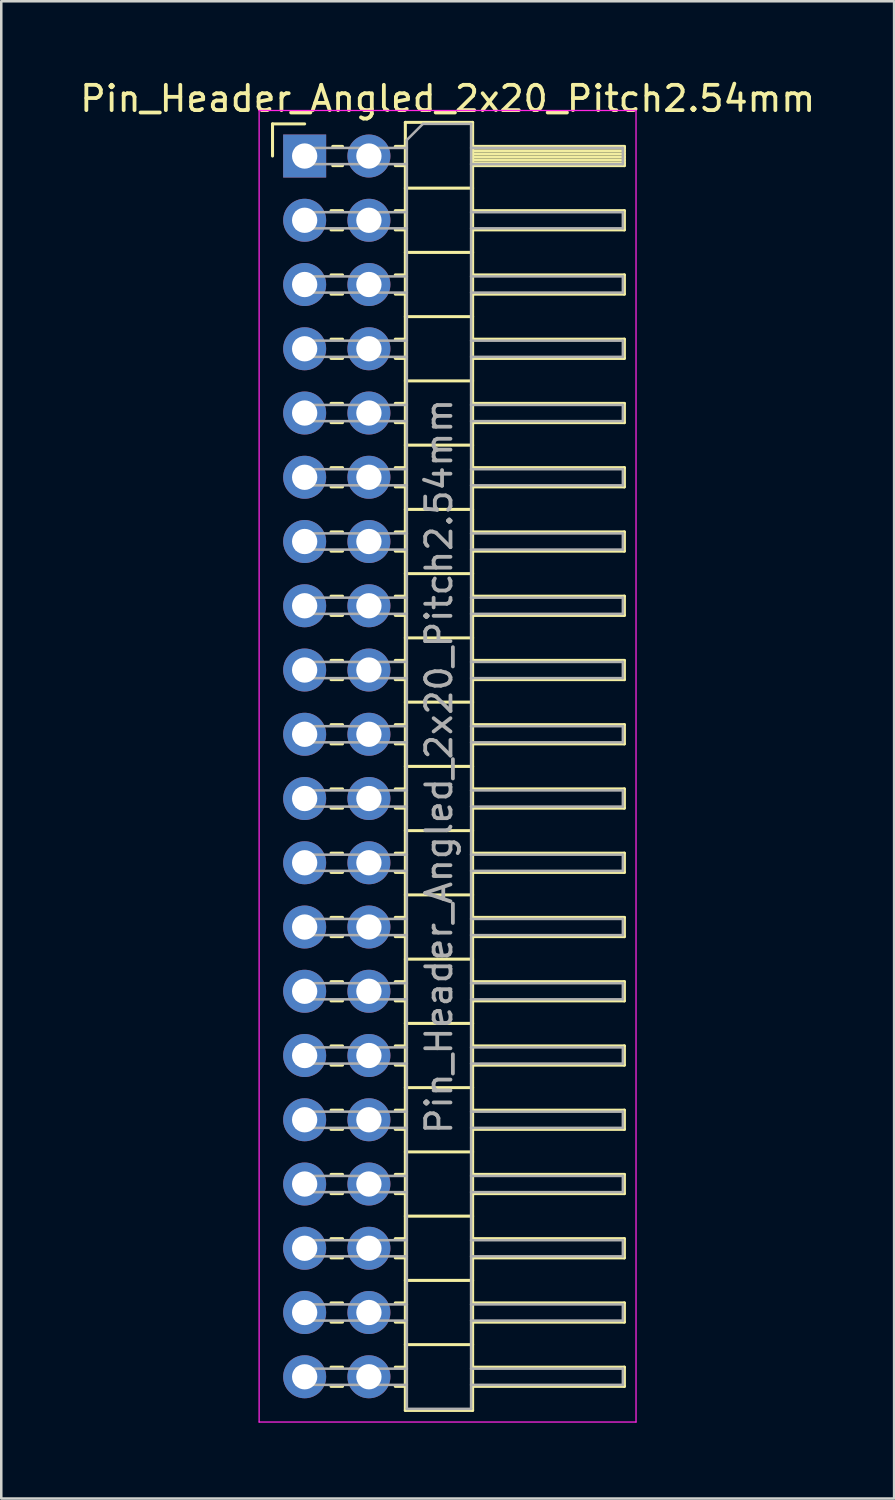
<source format=kicad_pcb>
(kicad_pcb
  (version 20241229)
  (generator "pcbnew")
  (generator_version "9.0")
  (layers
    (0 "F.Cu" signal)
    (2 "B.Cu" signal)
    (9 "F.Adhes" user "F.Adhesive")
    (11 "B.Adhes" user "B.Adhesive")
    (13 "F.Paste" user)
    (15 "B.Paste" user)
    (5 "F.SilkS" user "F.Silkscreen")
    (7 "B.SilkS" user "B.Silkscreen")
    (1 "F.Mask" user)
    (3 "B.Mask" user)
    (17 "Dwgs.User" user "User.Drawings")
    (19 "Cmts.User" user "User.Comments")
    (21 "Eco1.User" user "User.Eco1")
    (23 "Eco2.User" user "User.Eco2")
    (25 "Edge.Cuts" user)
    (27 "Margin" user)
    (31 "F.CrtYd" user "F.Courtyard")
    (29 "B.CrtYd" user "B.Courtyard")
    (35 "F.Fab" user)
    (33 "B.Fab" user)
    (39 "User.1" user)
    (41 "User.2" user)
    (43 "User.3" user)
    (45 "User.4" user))
  (footprint "Pin_Header_Angled_2x20_Pitch2.54mm"
    (layer "F.Cu")
    (at 8.994 3.118)
    (property "Reference" "Pin_Header_Angled_2x20_Pitch2.54mm" (at 5.655 -2.27 0) (layer "F.SilkS") (effects (font (size 1 1) (thickness 0.15))))
    (attr through_hole)
    (fp_line (start -1.27 -1.27) (end 0 -1.27) (stroke (width 0.12) (type solid)) (layer "F.SilkS"))
    (fp_line (start -1.27 0) (end -1.27 -1.27) (stroke (width 0.12) (type solid)) (layer "F.SilkS"))
    (fp_line (start 1.043 2.16) (end 1.497 2.16) (stroke (width 0.12) (type solid)) (layer "F.SilkS"))
    (fp_line (start 1.043 2.92) (end 1.497 2.92) (stroke (width 0.12) (type solid)) (layer "F.SilkS"))
    (fp_line (start 1.043 4.7) (end 1.497 4.7) (stroke (width 0.12) (type solid)) (layer "F.SilkS"))
    (fp_line (start 1.043 5.46) (end 1.497 5.46) (stroke (width 0.12) (type solid)) (layer "F.SilkS"))
    (fp_line (start 1.043 7.24) (end 1.497 7.24) (stroke (width 0.12) (type solid)) (layer "F.SilkS"))
    (fp_line (start 1.043 8) (end 1.497 8) (stroke (width 0.12) (type solid)) (layer "F.SilkS"))
    (fp_line (start 1.043 9.78) (end 1.497 9.78) (stroke (width 0.12) (type solid)) (layer "F.SilkS"))
    (fp_line (start 1.043 10.54) (end 1.497 10.54) (stroke (width 0.12) (type solid)) (layer "F.SilkS"))
    (fp_line (start 1.043 12.32) (end 1.497 12.32) (stroke (width 0.12) (type solid)) (layer "F.SilkS"))
    (fp_line (start 1.043 13.08) (end 1.497 13.08) (stroke (width 0.12) (type solid)) (layer "F.SilkS"))
    (fp_line (start 1.043 14.86) (end 1.497 14.86) (stroke (width 0.12) (type solid)) (layer "F.SilkS"))
    (fp_line (start 1.043 15.62) (end 1.497 15.62) (stroke (width 0.12) (type solid)) (layer "F.SilkS"))
    (fp_line (start 1.043 17.4) (end 1.497 17.4) (stroke (width 0.12) (type solid)) (layer "F.SilkS"))
    (fp_line (start 1.043 18.16) (end 1.497 18.16) (stroke (width 0.12) (type solid)) (layer "F.SilkS"))
    (fp_line (start 1.043 19.94) (end 1.497 19.94) (stroke (width 0.12) (type solid)) (layer "F.SilkS"))
    (fp_line (start 1.043 20.7) (end 1.497 20.7) (stroke (width 0.12) (type solid)) (layer "F.SilkS"))
    (fp_line (start 1.043 22.48) (end 1.497 22.48) (stroke (width 0.12) (type solid)) (layer "F.SilkS"))
    (fp_line (start 1.043 23.24) (end 1.497 23.24) (stroke (width 0.12) (type solid)) (layer "F.SilkS"))
    (fp_line (start 1.043 25.02) (end 1.497 25.02) (stroke (width 0.12) (type solid)) (layer "F.SilkS"))
    (fp_line (start 1.043 25.78) (end 1.497 25.78) (stroke (width 0.12) (type solid)) (layer "F.SilkS"))
    (fp_line (start 1.043 27.56) (end 1.497 27.56) (stroke (width 0.12) (type solid)) (layer "F.SilkS"))
    (fp_line (start 1.043 28.32) (end 1.497 28.32) (stroke (width 0.12) (type solid)) (layer "F.SilkS"))
    (fp_line (start 1.043 30.1) (end 1.497 30.1) (stroke (width 0.12) (type solid)) (layer "F.SilkS"))
    (fp_line (start 1.043 30.86) (end 1.497 30.86) (stroke (width 0.12) (type solid)) (layer "F.SilkS"))
    (fp_line (start 1.043 32.64) (end 1.497 32.64) (stroke (width 0.12) (type solid)) (layer "F.SilkS"))
    (fp_line (start 1.043 33.4) (end 1.497 33.4) (stroke (width 0.12) (type solid)) (layer "F.SilkS"))
    (fp_line (start 1.043 35.18) (end 1.497 35.18) (stroke (width 0.12) (type solid)) (layer "F.SilkS"))
    (fp_line (start 1.043 35.94) (end 1.497 35.94) (stroke (width 0.12) (type solid)) (layer "F.SilkS"))
    (fp_line (start 1.043 37.72) (end 1.497 37.72) (stroke (width 0.12) (type solid)) (layer "F.SilkS"))
    (fp_line (start 1.043 38.48) (end 1.497 38.48) (stroke (width 0.12) (type solid)) (layer "F.SilkS"))
    (fp_line (start 1.043 40.26) (end 1.497 40.26) (stroke (width 0.12) (type solid)) (layer "F.SilkS"))
    (fp_line (start 1.043 41.02) (end 1.497 41.02) (stroke (width 0.12) (type solid)) (layer "F.SilkS"))
    (fp_line (start 1.043 42.8) (end 1.497 42.8) (stroke (width 0.12) (type solid)) (layer "F.SilkS"))
    (fp_line (start 1.043 43.56) (end 1.497 43.56) (stroke (width 0.12) (type solid)) (layer "F.SilkS"))
    (fp_line (start 1.043 45.34) (end 1.497 45.34) (stroke (width 0.12) (type solid)) (layer "F.SilkS"))
    (fp_line (start 1.043 46.1) (end 1.497 46.1) (stroke (width 0.12) (type solid)) (layer "F.SilkS"))
    (fp_line (start 1.043 47.88) (end 1.497 47.88) (stroke (width 0.12) (type solid)) (layer "F.SilkS"))
    (fp_line (start 1.043 48.64) (end 1.497 48.64) (stroke (width 0.12) (type solid)) (layer "F.SilkS"))
    (fp_line (start 1.11 -0.38) (end 1.497 -0.38) (stroke (width 0.12) (type solid)) (layer "F.SilkS"))
    (fp_line (start 1.11 0.38) (end 1.497 0.38) (stroke (width 0.12) (type solid)) (layer "F.SilkS"))
    (fp_line (start 3.583 -0.38) (end 3.98 -0.38) (stroke (width 0.12) (type solid)) (layer "F.SilkS"))
    (fp_line (start 3.583 0.38) (end 3.98 0.38) (stroke (width 0.12) (type solid)) (layer "F.SilkS"))
    (fp_line (start 3.583 2.16) (end 3.98 2.16) (stroke (width 0.12) (type solid)) (layer "F.SilkS"))
    (fp_line (start 3.583 2.92) (end 3.98 2.92) (stroke (width 0.12) (type solid)) (layer "F.SilkS"))
    (fp_line (start 3.583 4.7) (end 3.98 4.7) (stroke (width 0.12) (type solid)) (layer "F.SilkS"))
    (fp_line (start 3.583 5.46) (end 3.98 5.46) (stroke (width 0.12) (type solid)) (layer "F.SilkS"))
    (fp_line (start 3.583 7.24) (end 3.98 7.24) (stroke (width 0.12) (type solid)) (layer "F.SilkS"))
    (fp_line (start 3.583 8) (end 3.98 8) (stroke (width 0.12) (type solid)) (layer "F.SilkS"))
    (fp_line (start 3.583 9.78) (end 3.98 9.78) (stroke (width 0.12) (type solid)) (layer "F.SilkS"))
    (fp_line (start 3.583 10.54) (end 3.98 10.54) (stroke (width 0.12) (type solid)) (layer "F.SilkS"))
    (fp_line (start 3.583 12.32) (end 3.98 12.32) (stroke (width 0.12) (type solid)) (layer "F.SilkS"))
    (fp_line (start 3.583 13.08) (end 3.98 13.08) (stroke (width 0.12) (type solid)) (layer "F.SilkS"))
    (fp_line (start 3.583 14.86) (end 3.98 14.86) (stroke (width 0.12) (type solid)) (layer "F.SilkS"))
    (fp_line (start 3.583 15.62) (end 3.98 15.62) (stroke (width 0.12) (type solid)) (layer "F.SilkS"))
    (fp_line (start 3.583 17.4) (end 3.98 17.4) (stroke (width 0.12) (type solid)) (layer "F.SilkS"))
    (fp_line (start 3.583 18.16) (end 3.98 18.16) (stroke (width 0.12) (type solid)) (layer "F.SilkS"))
    (fp_line (start 3.583 19.94) (end 3.98 19.94) (stroke (width 0.12) (type solid)) (layer "F.SilkS"))
    (fp_line (start 3.583 20.7) (end 3.98 20.7) (stroke (width 0.12) (type solid)) (layer "F.SilkS"))
    (fp_line (start 3.583 22.48) (end 3.98 22.48) (stroke (width 0.12) (type solid)) (layer "F.SilkS"))
    (fp_line (start 3.583 23.24) (end 3.98 23.24) (stroke (width 0.12) (type solid)) (layer "F.SilkS"))
    (fp_line (start 3.583 25.02) (end 3.98 25.02) (stroke (width 0.12) (type solid)) (layer "F.SilkS"))
    (fp_line (start 3.583 25.78) (end 3.98 25.78) (stroke (width 0.12) (type solid)) (layer "F.SilkS"))
    (fp_line (start 3.583 27.56) (end 3.98 27.56) (stroke (width 0.12) (type solid)) (layer "F.SilkS"))
    (fp_line (start 3.583 28.32) (end 3.98 28.32) (stroke (width 0.12) (type solid)) (layer "F.SilkS"))
    (fp_line (start 3.583 30.1) (end 3.98 30.1) (stroke (width 0.12) (type solid)) (layer "F.SilkS"))
    (fp_line (start 3.583 30.86) (end 3.98 30.86) (stroke (width 0.12) (type solid)) (layer "F.SilkS"))
    (fp_line (start 3.583 32.64) (end 3.98 32.64) (stroke (width 0.12) (type solid)) (layer "F.SilkS"))
    (fp_line (start 3.583 33.4) (end 3.98 33.4) (stroke (width 0.12) (type solid)) (layer "F.SilkS"))
    (fp_line (start 3.583 35.18) (end 3.98 35.18) (stroke (width 0.12) (type solid)) (layer "F.SilkS"))
    (fp_line (start 3.583 35.94) (end 3.98 35.94) (stroke (width 0.12) (type solid)) (layer "F.SilkS"))
    (fp_line (start 3.583 37.72) (end 3.98 37.72) (stroke (width 0.12) (type solid)) (layer "F.SilkS"))
    (fp_line (start 3.583 38.48) (end 3.98 38.48) (stroke (width 0.12) (type solid)) (layer "F.SilkS"))
    (fp_line (start 3.583 40.26) (end 3.98 40.26) (stroke (width 0.12) (type solid)) (layer "F.SilkS"))
    (fp_line (start 3.583 41.02) (end 3.98 41.02) (stroke (width 0.12) (type solid)) (layer "F.SilkS"))
    (fp_line (start 3.583 42.8) (end 3.98 42.8) (stroke (width 0.12) (type solid)) (layer "F.SilkS"))
    (fp_line (start 3.583 43.56) (end 3.98 43.56) (stroke (width 0.12) (type solid)) (layer "F.SilkS"))
    (fp_line (start 3.583 45.34) (end 3.98 45.34) (stroke (width 0.12) (type solid)) (layer "F.SilkS"))
    (fp_line (start 3.583 46.1) (end 3.98 46.1) (stroke (width 0.12) (type solid)) (layer "F.SilkS"))
    (fp_line (start 3.583 47.88) (end 3.98 47.88) (stroke (width 0.12) (type solid)) (layer "F.SilkS"))
    (fp_line (start 3.583 48.64) (end 3.98 48.64) (stroke (width 0.12) (type solid)) (layer "F.SilkS"))
    (fp_line (start 3.98 -1.33) (end 3.98 49.59) (stroke (width 0.12) (type solid)) (layer "F.SilkS"))
    (fp_line (start 3.98 1.27) (end 6.64 1.27) (stroke (width 0.12) (type solid)) (layer "F.SilkS"))
    (fp_line (start 3.98 3.81) (end 6.64 3.81) (stroke (width 0.12) (type solid)) (layer "F.SilkS"))
    (fp_line (start 3.98 6.35) (end 6.64 6.35) (stroke (width 0.12) (type solid)) (layer "F.SilkS"))
    (fp_line (start 3.98 8.89) (end 6.64 8.89) (stroke (width 0.12) (type solid)) (layer "F.SilkS"))
    (fp_line (start 3.98 11.43) (end 6.64 11.43) (stroke (width 0.12) (type solid)) (layer "F.SilkS"))
    (fp_line (start 3.98 13.97) (end 6.64 13.97) (stroke (width 0.12) (type solid)) (layer "F.SilkS"))
    (fp_line (start 3.98 16.51) (end 6.64 16.51) (stroke (width 0.12) (type solid)) (layer "F.SilkS"))
    (fp_line (start 3.98 19.05) (end 6.64 19.05) (stroke (width 0.12) (type solid)) (layer "F.SilkS"))
    (fp_line (start 3.98 21.59) (end 6.64 21.59) (stroke (width 0.12) (type solid)) (layer "F.SilkS"))
    (fp_line (start 3.98 24.13) (end 6.64 24.13) (stroke (width 0.12) (type solid)) (layer "F.SilkS"))
    (fp_line (start 3.98 26.67) (end 6.64 26.67) (stroke (width 0.12) (type solid)) (layer "F.SilkS"))
    (fp_line (start 3.98 29.21) (end 6.64 29.21) (stroke (width 0.12) (type solid)) (layer "F.SilkS"))
    (fp_line (start 3.98 31.75) (end 6.64 31.75) (stroke (width 0.12) (type solid)) (layer "F.SilkS"))
    (fp_line (start 3.98 34.29) (end 6.64 34.29) (stroke (width 0.12) (type solid)) (layer "F.SilkS"))
    (fp_line (start 3.98 36.83) (end 6.64 36.83) (stroke (width 0.12) (type solid)) (layer "F.SilkS"))
    (fp_line (start 3.98 39.37) (end 6.64 39.37) (stroke (width 0.12) (type solid)) (layer "F.SilkS"))
    (fp_line (start 3.98 41.91) (end 6.64 41.91) (stroke (width 0.12) (type solid)) (layer "F.SilkS"))
    (fp_line (start 3.98 44.45) (end 6.64 44.45) (stroke (width 0.12) (type solid)) (layer "F.SilkS"))
    (fp_line (start 3.98 46.99) (end 6.64 46.99) (stroke (width 0.12) (type solid)) (layer "F.SilkS"))
    (fp_line (start 3.98 49.59) (end 6.64 49.59) (stroke (width 0.12) (type solid)) (layer "F.SilkS"))
    (fp_line (start 6.64 -1.33) (end 3.98 -1.33) (stroke (width 0.12) (type solid)) (layer "F.SilkS"))
    (fp_line (start 6.64 -0.38) (end 12.64 -0.38) (stroke (width 0.12) (type solid)) (layer "F.SilkS"))
    (fp_line (start 6.64 -0.32) (end 12.64 -0.32) (stroke (width 0.12) (type solid)) (layer "F.SilkS"))
    (fp_line (start 6.64 -0.2) (end 12.64 -0.2) (stroke (width 0.12) (type solid)) (layer "F.SilkS"))
    (fp_line (start 6.64 -0.08) (end 12.64 -0.08) (stroke (width 0.12) (type solid)) (layer "F.SilkS"))
    (fp_line (start 6.64 0.04) (end 12.64 0.04) (stroke (width 0.12) (type solid)) (layer "F.SilkS"))
    (fp_line (start 6.64 0.16) (end 12.64 0.16) (stroke (width 0.12) (type solid)) (layer "F.SilkS"))
    (fp_line (start 6.64 0.28) (end 12.64 0.28) (stroke (width 0.12) (type solid)) (layer "F.SilkS"))
    (fp_line (start 6.64 2.16) (end 12.64 2.16) (stroke (width 0.12) (type solid)) (layer "F.SilkS"))
    (fp_line (start 6.64 4.7) (end 12.64 4.7) (stroke (width 0.12) (type solid)) (layer "F.SilkS"))
    (fp_line (start 6.64 7.24) (end 12.64 7.24) (stroke (width 0.12) (type solid)) (layer "F.SilkS"))
    (fp_line (start 6.64 9.78) (end 12.64 9.78) (stroke (width 0.12) (type solid)) (layer "F.SilkS"))
    (fp_line (start 6.64 12.32) (end 12.64 12.32) (stroke (width 0.12) (type solid)) (layer "F.SilkS"))
    (fp_line (start 6.64 14.86) (end 12.64 14.86) (stroke (width 0.12) (type solid)) (layer "F.SilkS"))
    (fp_line (start 6.64 17.4) (end 12.64 17.4) (stroke (width 0.12) (type solid)) (layer "F.SilkS"))
    (fp_line (start 6.64 19.94) (end 12.64 19.94) (stroke (width 0.12) (type solid)) (layer "F.SilkS"))
    (fp_line (start 6.64 22.48) (end 12.64 22.48) (stroke (width 0.12) (type solid)) (layer "F.SilkS"))
    (fp_line (start 6.64 25.02) (end 12.64 25.02) (stroke (width 0.12) (type solid)) (layer "F.SilkS"))
    (fp_line (start 6.64 27.56) (end 12.64 27.56) (stroke (width 0.12) (type solid)) (layer "F.SilkS"))
    (fp_line (start 6.64 30.1) (end 12.64 30.1) (stroke (width 0.12) (type solid)) (layer "F.SilkS"))
    (fp_line (start 6.64 32.64) (end 12.64 32.64) (stroke (width 0.12) (type solid)) (layer "F.SilkS"))
    (fp_line (start 6.64 35.18) (end 12.64 35.18) (stroke (width 0.12) (type solid)) (layer "F.SilkS"))
    (fp_line (start 6.64 37.72) (end 12.64 37.72) (stroke (width 0.12) (type solid)) (layer "F.SilkS"))
    (fp_line (start 6.64 40.26) (end 12.64 40.26) (stroke (width 0.12) (type solid)) (layer "F.SilkS"))
    (fp_line (start 6.64 42.8) (end 12.64 42.8) (stroke (width 0.12) (type solid)) (layer "F.SilkS"))
    (fp_line (start 6.64 45.34) (end 12.64 45.34) (stroke (width 0.12) (type solid)) (layer "F.SilkS"))
    (fp_line (start 6.64 47.88) (end 12.64 47.88) (stroke (width 0.12) (type solid)) (layer "F.SilkS"))
    (fp_line (start 6.64 49.59) (end 6.64 -1.33) (stroke (width 0.12) (type solid)) (layer "F.SilkS"))
    (fp_line (start 12.64 -0.38) (end 12.64 0.38) (stroke (width 0.12) (type solid)) (layer "F.SilkS"))
    (fp_line (start 12.64 0.38) (end 6.64 0.38) (stroke (width 0.12) (type solid)) (layer "F.SilkS"))
    (fp_line (start 12.64 2.16) (end 12.64 2.92) (stroke (width 0.12) (type solid)) (layer "F.SilkS"))
    (fp_line (start 12.64 2.92) (end 6.64 2.92) (stroke (width 0.12) (type solid)) (layer "F.SilkS"))
    (fp_line (start 12.64 4.7) (end 12.64 5.46) (stroke (width 0.12) (type solid)) (layer "F.SilkS"))
    (fp_line (start 12.64 5.46) (end 6.64 5.46) (stroke (width 0.12) (type solid)) (layer "F.SilkS"))
    (fp_line (start 12.64 7.24) (end 12.64 8) (stroke (width 0.12) (type solid)) (layer "F.SilkS"))
    (fp_line (start 12.64 8) (end 6.64 8) (stroke (width 0.12) (type solid)) (layer "F.SilkS"))
    (fp_line (start 12.64 9.78) (end 12.64 10.54) (stroke (width 0.12) (type solid)) (layer "F.SilkS"))
    (fp_line (start 12.64 10.54) (end 6.64 10.54) (stroke (width 0.12) (type solid)) (layer "F.SilkS"))
    (fp_line (start 12.64 12.32) (end 12.64 13.08) (stroke (width 0.12) (type solid)) (layer "F.SilkS"))
    (fp_line (start 12.64 13.08) (end 6.64 13.08) (stroke (width 0.12) (type solid)) (layer "F.SilkS"))
    (fp_line (start 12.64 14.86) (end 12.64 15.62) (stroke (width 0.12) (type solid)) (layer "F.SilkS"))
    (fp_line (start 12.64 15.62) (end 6.64 15.62) (stroke (width 0.12) (type solid)) (layer "F.SilkS"))
    (fp_line (start 12.64 17.4) (end 12.64 18.16) (stroke (width 0.12) (type solid)) (layer "F.SilkS"))
    (fp_line (start 12.64 18.16) (end 6.64 18.16) (stroke (width 0.12) (type solid)) (layer "F.SilkS"))
    (fp_line (start 12.64 19.94) (end 12.64 20.7) (stroke (width 0.12) (type solid)) (layer "F.SilkS"))
    (fp_line (start 12.64 20.7) (end 6.64 20.7) (stroke (width 0.12) (type solid)) (layer "F.SilkS"))
    (fp_line (start 12.64 22.48) (end 12.64 23.24) (stroke (width 0.12) (type solid)) (layer "F.SilkS"))
    (fp_line (start 12.64 23.24) (end 6.64 23.24) (stroke (width 0.12) (type solid)) (layer "F.SilkS"))
    (fp_line (start 12.64 25.02) (end 12.64 25.78) (stroke (width 0.12) (type solid)) (layer "F.SilkS"))
    (fp_line (start 12.64 25.78) (end 6.64 25.78) (stroke (width 0.12) (type solid)) (layer "F.SilkS"))
    (fp_line (start 12.64 27.56) (end 12.64 28.32) (stroke (width 0.12) (type solid)) (layer "F.SilkS"))
    (fp_line (start 12.64 28.32) (end 6.64 28.32) (stroke (width 0.12) (type solid)) (layer "F.SilkS"))
    (fp_line (start 12.64 30.1) (end 12.64 30.86) (stroke (width 0.12) (type solid)) (layer "F.SilkS"))
    (fp_line (start 12.64 30.86) (end 6.64 30.86) (stroke (width 0.12) (type solid)) (layer "F.SilkS"))
    (fp_line (start 12.64 32.64) (end 12.64 33.4) (stroke (width 0.12) (type solid)) (layer "F.SilkS"))
    (fp_line (start 12.64 33.4) (end 6.64 33.4) (stroke (width 0.12) (type solid)) (layer "F.SilkS"))
    (fp_line (start 12.64 35.18) (end 12.64 35.94) (stroke (width 0.12) (type solid)) (layer "F.SilkS"))
    (fp_line (start 12.64 35.94) (end 6.64 35.94) (stroke (width 0.12) (type solid)) (layer "F.SilkS"))
    (fp_line (start 12.64 37.72) (end 12.64 38.48) (stroke (width 0.12) (type solid)) (layer "F.SilkS"))
    (fp_line (start 12.64 38.48) (end 6.64 38.48) (stroke (width 0.12) (type solid)) (layer "F.SilkS"))
    (fp_line (start 12.64 40.26) (end 12.64 41.02) (stroke (width 0.12) (type solid)) (layer "F.SilkS"))
    (fp_line (start 12.64 41.02) (end 6.64 41.02) (stroke (width 0.12) (type solid)) (layer "F.SilkS"))
    (fp_line (start 12.64 42.8) (end 12.64 43.56) (stroke (width 0.12) (type solid)) (layer "F.SilkS"))
    (fp_line (start 12.64 43.56) (end 6.64 43.56) (stroke (width 0.12) (type solid)) (layer "F.SilkS"))
    (fp_line (start 12.64 45.34) (end 12.64 46.1) (stroke (width 0.12) (type solid)) (layer "F.SilkS"))
    (fp_line (start 12.64 46.1) (end 6.64 46.1) (stroke (width 0.12) (type solid)) (layer "F.SilkS"))
    (fp_line (start 12.64 47.88) (end 12.64 48.64) (stroke (width 0.12) (type solid)) (layer "F.SilkS"))
    (fp_line (start 12.64 48.64) (end 6.64 48.64) (stroke (width 0.12) (type solid)) (layer "F.SilkS"))
    (fp_line (start -1.8 -1.8) (end -1.8 50.05) (stroke (width 0.05) (type solid)) (layer "F.CrtYd"))
    (fp_line (start -1.8 50.05) (end 13.1 50.05) (stroke (width 0.05) (type solid)) (layer "F.CrtYd"))
    (fp_line (start 13.1 -1.8) (end -1.8 -1.8) (stroke (width 0.05) (type solid)) (layer "F.CrtYd"))
    (fp_line (start 13.1 50.05) (end 13.1 -1.8) (stroke (width 0.05) (type solid)) (layer "F.CrtYd"))
    (fp_line (start -0.32 -0.32) (end -0.32 0.32) (stroke (width 0.1) (type solid)) (layer "F.Fab"))
    (fp_line (start -0.32 -0.32) (end 4.04 -0.32) (stroke (width 0.1) (type solid)) (layer "F.Fab"))
    (fp_line (start -0.32 0.32) (end 4.04 0.32) (stroke (width 0.1) (type solid)) (layer "F.Fab"))
    (fp_line (start -0.32 2.22) (end -0.32 2.86) (stroke (width 0.1) (type solid)) (layer "F.Fab"))
    (fp_line (start -0.32 2.22) (end 4.04 2.22) (stroke (width 0.1) (type solid)) (layer "F.Fab"))
    (fp_line (start -0.32 2.86) (end 4.04 2.86) (stroke (width 0.1) (type solid)) (layer "F.Fab"))
    (fp_line (start -0.32 4.76) (end -0.32 5.4) (stroke (width 0.1) (type solid)) (layer "F.Fab"))
    (fp_line (start -0.32 4.76) (end 4.04 4.76) (stroke (width 0.1) (type solid)) (layer "F.Fab"))
    (fp_line (start -0.32 5.4) (end 4.04 5.4) (stroke (width 0.1) (type solid)) (layer "F.Fab"))
    (fp_line (start -0.32 7.3) (end -0.32 7.94) (stroke (width 0.1) (type solid)) (layer "F.Fab"))
    (fp_line (start -0.32 7.3) (end 4.04 7.3) (stroke (width 0.1) (type solid)) (layer "F.Fab"))
    (fp_line (start -0.32 7.94) (end 4.04 7.94) (stroke (width 0.1) (type solid)) (layer "F.Fab"))
    (fp_line (start -0.32 9.84) (end -0.32 10.48) (stroke (width 0.1) (type solid)) (layer "F.Fab"))
    (fp_line (start -0.32 9.84) (end 4.04 9.84) (stroke (width 0.1) (type solid)) (layer "F.Fab"))
    (fp_line (start -0.32 10.48) (end 4.04 10.48) (stroke (width 0.1) (type solid)) (layer "F.Fab"))
    (fp_line (start -0.32 12.38) (end -0.32 13.02) (stroke (width 0.1) (type solid)) (layer "F.Fab"))
    (fp_line (start -0.32 12.38) (end 4.04 12.38) (stroke (width 0.1) (type solid)) (layer "F.Fab"))
    (fp_line (start -0.32 13.02) (end 4.04 13.02) (stroke (width 0.1) (type solid)) (layer "F.Fab"))
    (fp_line (start -0.32 14.92) (end -0.32 15.56) (stroke (width 0.1) (type solid)) (layer "F.Fab"))
    (fp_line (start -0.32 14.92) (end 4.04 14.92) (stroke (width 0.1) (type solid)) (layer "F.Fab"))
    (fp_line (start -0.32 15.56) (end 4.04 15.56) (stroke (width 0.1) (type solid)) (layer "F.Fab"))
    (fp_line (start -0.32 17.46) (end -0.32 18.1) (stroke (width 0.1) (type solid)) (layer "F.Fab"))
    (fp_line (start -0.32 17.46) (end 4.04 17.46) (stroke (width 0.1) (type solid)) (layer "F.Fab"))
    (fp_line (start -0.32 18.1) (end 4.04 18.1) (stroke (width 0.1) (type solid)) (layer "F.Fab"))
    (fp_line (start -0.32 20) (end -0.32 20.64) (stroke (width 0.1) (type solid)) (layer "F.Fab"))
    (fp_line (start -0.32 20) (end 4.04 20) (stroke (width 0.1) (type solid)) (layer "F.Fab"))
    (fp_line (start -0.32 20.64) (end 4.04 20.64) (stroke (width 0.1) (type solid)) (layer "F.Fab"))
    (fp_line (start -0.32 22.54) (end -0.32 23.18) (stroke (width 0.1) (type solid)) (layer "F.Fab"))
    (fp_line (start -0.32 22.54) (end 4.04 22.54) (stroke (width 0.1) (type solid)) (layer "F.Fab"))
    (fp_line (start -0.32 23.18) (end 4.04 23.18) (stroke (width 0.1) (type solid)) (layer "F.Fab"))
    (fp_line (start -0.32 25.08) (end -0.32 25.72) (stroke (width 0.1) (type solid)) (layer "F.Fab"))
    (fp_line (start -0.32 25.08) (end 4.04 25.08) (stroke (width 0.1) (type solid)) (layer "F.Fab"))
    (fp_line (start -0.32 25.72) (end 4.04 25.72) (stroke (width 0.1) (type solid)) (layer "F.Fab"))
    (fp_line (start -0.32 27.62) (end -0.32 28.26) (stroke (width 0.1) (type solid)) (layer "F.Fab"))
    (fp_line (start -0.32 27.62) (end 4.04 27.62) (stroke (width 0.1) (type solid)) (layer "F.Fab"))
    (fp_line (start -0.32 28.26) (end 4.04 28.26) (stroke (width 0.1) (type solid)) (layer "F.Fab"))
    (fp_line (start -0.32 30.16) (end -0.32 30.8) (stroke (width 0.1) (type solid)) (layer "F.Fab"))
    (fp_line (start -0.32 30.16) (end 4.04 30.16) (stroke (width 0.1) (type solid)) (layer "F.Fab"))
    (fp_line (start -0.32 30.8) (end 4.04 30.8) (stroke (width 0.1) (type solid)) (layer "F.Fab"))
    (fp_line (start -0.32 32.7) (end -0.32 33.34) (stroke (width 0.1) (type solid)) (layer "F.Fab"))
    (fp_line (start -0.32 32.7) (end 4.04 32.7) (stroke (width 0.1) (type solid)) (layer "F.Fab"))
    (fp_line (start -0.32 33.34) (end 4.04 33.34) (stroke (width 0.1) (type solid)) (layer "F.Fab"))
    (fp_line (start -0.32 35.24) (end -0.32 35.88) (stroke (width 0.1) (type solid)) (layer "F.Fab"))
    (fp_line (start -0.32 35.24) (end 4.04 35.24) (stroke (width 0.1) (type solid)) (layer "F.Fab"))
    (fp_line (start -0.32 35.88) (end 4.04 35.88) (stroke (width 0.1) (type solid)) (layer "F.Fab"))
    (fp_line (start -0.32 37.78) (end -0.32 38.42) (stroke (width 0.1) (type solid)) (layer "F.Fab"))
    (fp_line (start -0.32 37.78) (end 4.04 37.78) (stroke (width 0.1) (type solid)) (layer "F.Fab"))
    (fp_line (start -0.32 38.42) (end 4.04 38.42) (stroke (width 0.1) (type solid)) (layer "F.Fab"))
    (fp_line (start -0.32 40.32) (end -0.32 40.96) (stroke (width 0.1) (type solid)) (layer "F.Fab"))
    (fp_line (start -0.32 40.32) (end 4.04 40.32) (stroke (width 0.1) (type solid)) (layer "F.Fab"))
    (fp_line (start -0.32 40.96) (end 4.04 40.96) (stroke (width 0.1) (type solid)) (layer "F.Fab"))
    (fp_line (start -0.32 42.86) (end -0.32 43.5) (stroke (width 0.1) (type solid)) (layer "F.Fab"))
    (fp_line (start -0.32 42.86) (end 4.04 42.86) (stroke (width 0.1) (type solid)) (layer "F.Fab"))
    (fp_line (start -0.32 43.5) (end 4.04 43.5) (stroke (width 0.1) (type solid)) (layer "F.Fab"))
    (fp_line (start -0.32 45.4) (end -0.32 46.04) (stroke (width 0.1) (type solid)) (layer "F.Fab"))
    (fp_line (start -0.32 45.4) (end 4.04 45.4) (stroke (width 0.1) (type solid)) (layer "F.Fab"))
    (fp_line (start -0.32 46.04) (end 4.04 46.04) (stroke (width 0.1) (type solid)) (layer "F.Fab"))
    (fp_line (start -0.32 47.94) (end -0.32 48.58) (stroke (width 0.1) (type solid)) (layer "F.Fab"))
    (fp_line (start -0.32 47.94) (end 4.04 47.94) (stroke (width 0.1) (type solid)) (layer "F.Fab"))
    (fp_line (start -0.32 48.58) (end 4.04 48.58) (stroke (width 0.1) (type solid)) (layer "F.Fab"))
    (fp_line (start 4.04 -0.635) (end 4.675 -1.27) (stroke (width 0.1) (type solid)) (layer "F.Fab"))
    (fp_line (start 4.04 49.53) (end 4.04 -0.635) (stroke (width 0.1) (type solid)) (layer "F.Fab"))
    (fp_line (start 4.675 -1.27) (end 6.58 -1.27) (stroke (width 0.1) (type solid)) (layer "F.Fab"))
    (fp_line (start 6.58 -1.27) (end 6.58 49.53) (stroke (width 0.1) (type solid)) (layer "F.Fab"))
    (fp_line (start 6.58 -0.32) (end 12.58 -0.32) (stroke (width 0.1) (type solid)) (layer "F.Fab"))
    (fp_line (start 6.58 0.32) (end 12.58 0.32) (stroke (width 0.1) (type solid)) (layer "F.Fab"))
    (fp_line (start 6.58 2.22) (end 12.58 2.22) (stroke (width 0.1) (type solid)) (layer "F.Fab"))
    (fp_line (start 6.58 2.86) (end 12.58 2.86) (stroke (width 0.1) (type solid)) (layer "F.Fab"))
    (fp_line (start 6.58 4.76) (end 12.58 4.76) (stroke (width 0.1) (type solid)) (layer "F.Fab"))
    (fp_line (start 6.58 5.4) (end 12.58 5.4) (stroke (width 0.1) (type solid)) (layer "F.Fab"))
    (fp_line (start 6.58 7.3) (end 12.58 7.3) (stroke (width 0.1) (type solid)) (layer "F.Fab"))
    (fp_line (start 6.58 7.94) (end 12.58 7.94) (stroke (width 0.1) (type solid)) (layer "F.Fab"))
    (fp_line (start 6.58 9.84) (end 12.58 9.84) (stroke (width 0.1) (type solid)) (layer "F.Fab"))
    (fp_line (start 6.58 10.48) (end 12.58 10.48) (stroke (width 0.1) (type solid)) (layer "F.Fab"))
    (fp_line (start 6.58 12.38) (end 12.58 12.38) (stroke (width 0.1) (type solid)) (layer "F.Fab"))
    (fp_line (start 6.58 13.02) (end 12.58 13.02) (stroke (width 0.1) (type solid)) (layer "F.Fab"))
    (fp_line (start 6.58 14.92) (end 12.58 14.92) (stroke (width 0.1) (type solid)) (layer "F.Fab"))
    (fp_line (start 6.58 15.56) (end 12.58 15.56) (stroke (width 0.1) (type solid)) (layer "F.Fab"))
    (fp_line (start 6.58 17.46) (end 12.58 17.46) (stroke (width 0.1) (type solid)) (layer "F.Fab"))
    (fp_line (start 6.58 18.1) (end 12.58 18.1) (stroke (width 0.1) (type solid)) (layer "F.Fab"))
    (fp_line (start 6.58 20) (end 12.58 20) (stroke (width 0.1) (type solid)) (layer "F.Fab"))
    (fp_line (start 6.58 20.64) (end 12.58 20.64) (stroke (width 0.1) (type solid)) (layer "F.Fab"))
    (fp_line (start 6.58 22.54) (end 12.58 22.54) (stroke (width 0.1) (type solid)) (layer "F.Fab"))
    (fp_line (start 6.58 23.18) (end 12.58 23.18) (stroke (width 0.1) (type solid)) (layer "F.Fab"))
    (fp_line (start 6.58 25.08) (end 12.58 25.08) (stroke (width 0.1) (type solid)) (layer "F.Fab"))
    (fp_line (start 6.58 25.72) (end 12.58 25.72) (stroke (width 0.1) (type solid)) (layer "F.Fab"))
    (fp_line (start 6.58 27.62) (end 12.58 27.62) (stroke (width 0.1) (type solid)) (layer "F.Fab"))
    (fp_line (start 6.58 28.26) (end 12.58 28.26) (stroke (width 0.1) (type solid)) (layer "F.Fab"))
    (fp_line (start 6.58 30.16) (end 12.58 30.16) (stroke (width 0.1) (type solid)) (layer "F.Fab"))
    (fp_line (start 6.58 30.8) (end 12.58 30.8) (stroke (width 0.1) (type solid)) (layer "F.Fab"))
    (fp_line (start 6.58 32.7) (end 12.58 32.7) (stroke (width 0.1) (type solid)) (layer "F.Fab"))
    (fp_line (start 6.58 33.34) (end 12.58 33.34) (stroke (width 0.1) (type solid)) (layer "F.Fab"))
    (fp_line (start 6.58 35.24) (end 12.58 35.24) (stroke (width 0.1) (type solid)) (layer "F.Fab"))
    (fp_line (start 6.58 35.88) (end 12.58 35.88) (stroke (width 0.1) (type solid)) (layer "F.Fab"))
    (fp_line (start 6.58 37.78) (end 12.58 37.78) (stroke (width 0.1) (type solid)) (layer "F.Fab"))
    (fp_line (start 6.58 38.42) (end 12.58 38.42) (stroke (width 0.1) (type solid)) (layer "F.Fab"))
    (fp_line (start 6.58 40.32) (end 12.58 40.32) (stroke (width 0.1) (type solid)) (layer "F.Fab"))
    (fp_line (start 6.58 40.96) (end 12.58 40.96) (stroke (width 0.1) (type solid)) (layer "F.Fab"))
    (fp_line (start 6.58 42.86) (end 12.58 42.86) (stroke (width 0.1) (type solid)) (layer "F.Fab"))
    (fp_line (start 6.58 43.5) (end 12.58 43.5) (stroke (width 0.1) (type solid)) (layer "F.Fab"))
    (fp_line (start 6.58 45.4) (end 12.58 45.4) (stroke (width 0.1) (type solid)) (layer "F.Fab"))
    (fp_line (start 6.58 46.04) (end 12.58 46.04) (stroke (width 0.1) (type solid)) (layer "F.Fab"))
    (fp_line (start 6.58 47.94) (end 12.58 47.94) (stroke (width 0.1) (type solid)) (layer "F.Fab"))
    (fp_line (start 6.58 48.58) (end 12.58 48.58) (stroke (width 0.1) (type solid)) (layer "F.Fab"))
    (fp_line (start 6.58 49.53) (end 4.04 49.53) (stroke (width 0.1) (type solid)) (layer "F.Fab"))
    (fp_line (start 12.58 -0.32) (end 12.58 0.32) (stroke (width 0.1) (type solid)) (layer "F.Fab"))
    (fp_line (start 12.58 2.22) (end 12.58 2.86) (stroke (width 0.1) (type solid)) (layer "F.Fab"))
    (fp_line (start 12.58 4.76) (end 12.58 5.4) (stroke (width 0.1) (type solid)) (layer "F.Fab"))
    (fp_line (start 12.58 7.3) (end 12.58 7.94) (stroke (width 0.1) (type solid)) (layer "F.Fab"))
    (fp_line (start 12.58 9.84) (end 12.58 10.48) (stroke (width 0.1) (type solid)) (layer "F.Fab"))
    (fp_line (start 12.58 12.38) (end 12.58 13.02) (stroke (width 0.1) (type solid)) (layer "F.Fab"))
    (fp_line (start 12.58 14.92) (end 12.58 15.56) (stroke (width 0.1) (type solid)) (layer "F.Fab"))
    (fp_line (start 12.58 17.46) (end 12.58 18.1) (stroke (width 0.1) (type solid)) (layer "F.Fab"))
    (fp_line (start 12.58 20) (end 12.58 20.64) (stroke (width 0.1) (type solid)) (layer "F.Fab"))
    (fp_line (start 12.58 22.54) (end 12.58 23.18) (stroke (width 0.1) (type solid)) (layer "F.Fab"))
    (fp_line (start 12.58 25.08) (end 12.58 25.72) (stroke (width 0.1) (type solid)) (layer "F.Fab"))
    (fp_line (start 12.58 27.62) (end 12.58 28.26) (stroke (width 0.1) (type solid)) (layer "F.Fab"))
    (fp_line (start 12.58 30.16) (end 12.58 30.8) (stroke (width 0.1) (type solid)) (layer "F.Fab"))
    (fp_line (start 12.58 32.7) (end 12.58 33.34) (stroke (width 0.1) (type solid)) (layer "F.Fab"))
    (fp_line (start 12.58 35.24) (end 12.58 35.88) (stroke (width 0.1) (type solid)) (layer "F.Fab"))
    (fp_line (start 12.58 37.78) (end 12.58 38.42) (stroke (width 0.1) (type solid)) (layer "F.Fab"))
    (fp_line (start 12.58 40.32) (end 12.58 40.96) (stroke (width 0.1) (type solid)) (layer "F.Fab"))
    (fp_line (start 12.58 42.86) (end 12.58 43.5) (stroke (width 0.1) (type solid)) (layer "F.Fab"))
    (fp_line (start 12.58 45.4) (end 12.58 46.04) (stroke (width 0.1) (type solid)) (layer "F.Fab"))
    (fp_line (start 12.58 47.94) (end 12.58 48.58) (stroke (width 0.1) (type solid)) (layer "F.Fab"))
    (fp_text user "${REFERENCE}" (at 5.31 24.13 90) (layer "F.Fab") (effects (font (size 1 1) (thickness 0.15))))
    (pad "1" thru_hole rect (at 0 0) (size 1.7 1.7) (drill 1) (layers "*.Cu" "*.Mask"))
    (pad "2" thru_hole oval (at 2.54 0) (size 1.7 1.7) (drill 1) (layers "*.Cu" "*.Mask"))
    (pad "3" thru_hole oval (at 0 2.54) (size 1.7 1.7) (drill 1) (layers "*.Cu" "*.Mask"))
    (pad "4" thru_hole oval (at 2.54 2.54) (size 1.7 1.7) (drill 1) (layers "*.Cu" "*.Mask"))
    (pad "5" thru_hole oval (at 0 5.08) (size 1.7 1.7) (drill 1) (layers "*.Cu" "*.Mask"))
    (pad "6" thru_hole oval (at 2.54 5.08) (size 1.7 1.7) (drill 1) (layers "*.Cu" "*.Mask"))
    (pad "7" thru_hole oval (at 0 7.62) (size 1.7 1.7) (drill 1) (layers "*.Cu" "*.Mask"))
    (pad "8" thru_hole oval (at 2.54 7.62) (size 1.7 1.7) (drill 1) (layers "*.Cu" "*.Mask"))
    (pad "9" thru_hole oval (at 0 10.16) (size 1.7 1.7) (drill 1) (layers "*.Cu" "*.Mask"))
    (pad "10" thru_hole oval (at 2.54 10.16) (size 1.7 1.7) (drill 1) (layers "*.Cu" "*.Mask"))
    (pad "11" thru_hole oval (at 0 12.7) (size 1.7 1.7) (drill 1) (layers "*.Cu" "*.Mask"))
    (pad "12" thru_hole oval (at 2.54 12.7) (size 1.7 1.7) (drill 1) (layers "*.Cu" "*.Mask"))
    (pad "13" thru_hole oval (at 0 15.24) (size 1.7 1.7) (drill 1) (layers "*.Cu" "*.Mask"))
    (pad "14" thru_hole oval (at 2.54 15.24) (size 1.7 1.7) (drill 1) (layers "*.Cu" "*.Mask"))
    (pad "15" thru_hole oval (at 0 17.78) (size 1.7 1.7) (drill 1) (layers "*.Cu" "*.Mask"))
    (pad "16" thru_hole oval (at 2.54 17.78) (size 1.7 1.7) (drill 1) (layers "*.Cu" "*.Mask"))
    (pad "17" thru_hole oval (at 0 20.32) (size 1.7 1.7) (drill 1) (layers "*.Cu" "*.Mask"))
    (pad "18" thru_hole oval (at 2.54 20.32) (size 1.7 1.7) (drill 1) (layers "*.Cu" "*.Mask"))
    (pad "19" thru_hole oval (at 0 22.86) (size 1.7 1.7) (drill 1) (layers "*.Cu" "*.Mask"))
    (pad "20" thru_hole oval (at 2.54 22.86) (size 1.7 1.7) (drill 1) (layers "*.Cu" "*.Mask"))
    (pad "21" thru_hole oval (at 0 25.4) (size 1.7 1.7) (drill 1) (layers "*.Cu" "*.Mask"))
    (pad "22" thru_hole oval (at 2.54 25.4) (size 1.7 1.7) (drill 1) (layers "*.Cu" "*.Mask"))
    (pad "23" thru_hole oval (at 0 27.94) (size 1.7 1.7) (drill 1) (layers "*.Cu" "*.Mask"))
    (pad "24" thru_hole oval (at 2.54 27.94) (size 1.7 1.7) (drill 1) (layers "*.Cu" "*.Mask"))
    (pad "25" thru_hole oval (at 0 30.48) (size 1.7 1.7) (drill 1) (layers "*.Cu" "*.Mask"))
    (pad "26" thru_hole oval (at 2.54 30.48) (size 1.7 1.7) (drill 1) (layers "*.Cu" "*.Mask"))
    (pad "27" thru_hole oval (at 0 33.02) (size 1.7 1.7) (drill 1) (layers "*.Cu" "*.Mask"))
    (pad "28" thru_hole oval (at 2.54 33.02) (size 1.7 1.7) (drill 1) (layers "*.Cu" "*.Mask"))
    (pad "29" thru_hole oval (at 0 35.56) (size 1.7 1.7) (drill 1) (layers "*.Cu" "*.Mask"))
    (pad "30" thru_hole oval (at 2.54 35.56) (size 1.7 1.7) (drill 1) (layers "*.Cu" "*.Mask"))
    (pad "31" thru_hole oval (at 0 38.1) (size 1.7 1.7) (drill 1) (layers "*.Cu" "*.Mask"))
    (pad "32" thru_hole oval (at 2.54 38.1) (size 1.7 1.7) (drill 1) (layers "*.Cu" "*.Mask"))
    (pad "33" thru_hole oval (at 0 40.64) (size 1.7 1.7) (drill 1) (layers "*.Cu" "*.Mask"))
    (pad "34" thru_hole oval (at 2.54 40.64) (size 1.7 1.7) (drill 1) (layers "*.Cu" "*.Mask"))
    (pad "35" thru_hole oval (at 0 43.18) (size 1.7 1.7) (drill 1) (layers "*.Cu" "*.Mask"))
    (pad "36" thru_hole oval (at 2.54 43.18) (size 1.7 1.7) (drill 1) (layers "*.Cu" "*.Mask"))
    (pad "37" thru_hole oval (at 0 45.72) (size 1.7 1.7) (drill 1) (layers "*.Cu" "*.Mask"))
    (pad "38" thru_hole oval (at 2.54 45.72) (size 1.7 1.7) (drill 1) (layers "*.Cu" "*.Mask"))
    (pad "39" thru_hole oval (at 0 48.26) (size 1.7 1.7) (drill 1) (layers "*.Cu" "*.Mask"))
    (pad "40" thru_hole oval (at 2.54 48.26) (size 1.7 1.7) (drill 1) (layers "*.Cu" "*.Mask")))
  (gr_rect
    (start -3 -3)
    (end 32.298 56.193)
    (stroke (width 0.1) (type default))
    (fill no)
    (layer "Edge.Cuts")))
</source>
